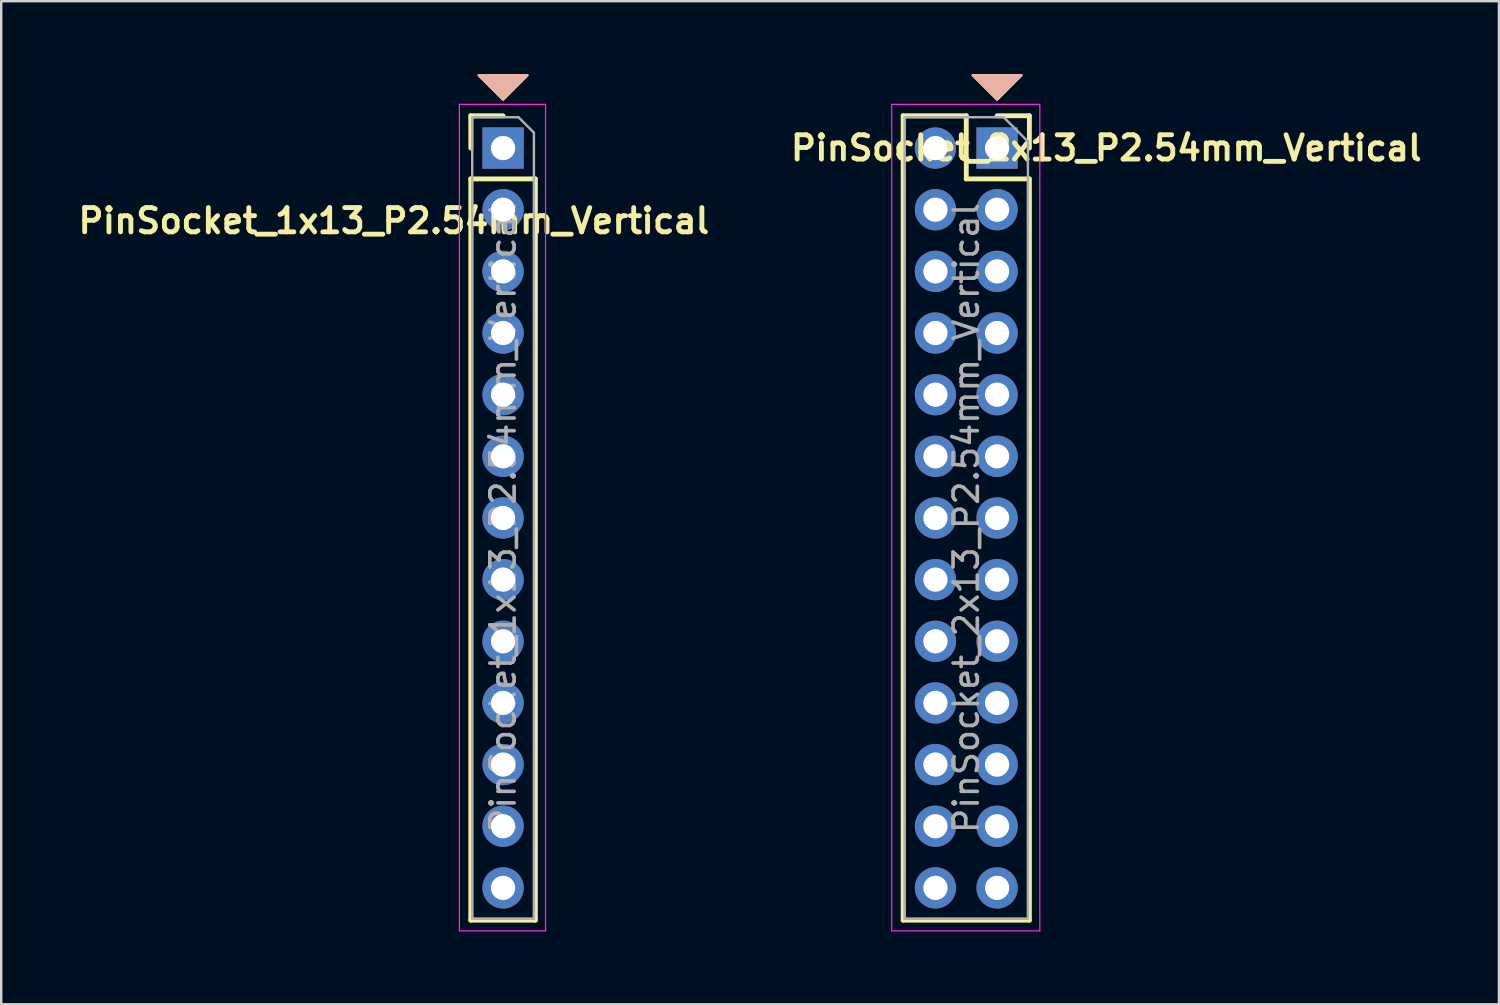
<source format=kicad_pcb>
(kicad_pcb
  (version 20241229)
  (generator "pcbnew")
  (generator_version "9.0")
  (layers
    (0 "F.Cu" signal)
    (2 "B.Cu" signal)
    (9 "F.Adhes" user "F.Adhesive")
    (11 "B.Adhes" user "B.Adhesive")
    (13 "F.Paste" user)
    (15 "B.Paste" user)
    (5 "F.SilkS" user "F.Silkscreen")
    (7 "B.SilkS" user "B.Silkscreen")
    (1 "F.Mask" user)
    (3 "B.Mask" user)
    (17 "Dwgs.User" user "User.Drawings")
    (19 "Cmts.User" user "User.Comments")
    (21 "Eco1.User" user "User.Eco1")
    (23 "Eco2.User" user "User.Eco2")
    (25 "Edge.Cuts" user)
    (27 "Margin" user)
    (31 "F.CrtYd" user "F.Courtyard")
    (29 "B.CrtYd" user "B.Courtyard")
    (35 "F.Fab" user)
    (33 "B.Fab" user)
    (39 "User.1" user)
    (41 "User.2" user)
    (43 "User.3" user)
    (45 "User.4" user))
  (footprint "PinSocket_1x13_P2.54mm_Vertical"
    (layer "F.Cu")
    (at 17.676 3.05)
    (property "Reference" "PinSocket_1x13_P2.54mm_Vertical" (at -4.5 3 0) (layer "F.SilkS") (effects (font (size 1 1) (thickness 0.2))))
    (attr through_hole)
    (fp_line (start -1.33 -1.33) (end 0 -1.33) (stroke (width 0.2) (type solid)) (layer "F.SilkS"))
    (fp_line (start -1.33 0) (end -1.33 -1.33) (stroke (width 0.2) (type solid)) (layer "F.SilkS"))
    (fp_line (start -1.33 1.27) (end -1.33 31.81) (stroke (width 0.2) (type solid)) (layer "F.SilkS"))
    (fp_line (start -1.33 1.27) (end 1.33 1.27) (stroke (width 0.2) (type solid)) (layer "F.SilkS"))
    (fp_line (start -1.33 31.81) (end 1.33 31.81) (stroke (width 0.2) (type solid)) (layer "F.SilkS"))
    (fp_line (start 1.33 1.27) (end 1.33 31.81) (stroke (width 0.2) (type solid)) (layer "F.SilkS"))
    (fp_poly (pts (xy 0 -2) (xy -1 -3) (xy 1 -3)) (stroke (width 0.1) (type solid)) (fill yes) (layer "F.SilkS"))
    (fp_poly (pts (xy 0 -2) (xy -1 -3) (xy 1 -3)) (stroke (width 0.1) (type solid)) (fill yes) (layer "B.SilkS"))
    (fp_line (start -1.8 -1.8) (end 1.75 -1.8) (stroke (width 0.05) (type solid)) (layer "F.CrtYd"))
    (fp_line (start -1.8 32.25) (end -1.8 -1.8) (stroke (width 0.05) (type solid)) (layer "F.CrtYd"))
    (fp_line (start 1.75 -1.8) (end 1.75 32.25) (stroke (width 0.05) (type solid)) (layer "F.CrtYd"))
    (fp_line (start 1.75 32.25) (end -1.8 32.25) (stroke (width 0.05) (type solid)) (layer "F.CrtYd"))
    (fp_line (start -1.27 -1.27) (end 0.635 -1.27) (stroke (width 0.1) (type solid)) (layer "F.Fab"))
    (fp_line (start -1.27 31.75) (end -1.27 -1.27) (stroke (width 0.1) (type solid)) (layer "F.Fab"))
    (fp_line (start 0.635 -1.27) (end 1.27 -0.635) (stroke (width 0.1) (type solid)) (layer "F.Fab"))
    (fp_line (start 1.27 -0.635) (end 1.27 31.75) (stroke (width 0.1) (type solid)) (layer "F.Fab"))
    (fp_line (start 1.27 31.75) (end -1.27 31.75) (stroke (width 0.1) (type solid)) (layer "F.Fab"))
    (fp_text user "${REFERENCE}" (at 0 15.24 90) (layer "F.Fab") (effects (font (size 1 1) (thickness 0.15))))
    (pad "1" thru_hole rect (at 0 0) (size 1.7 1.7) (drill 1) (layers "*.Cu" "*.Mask"))
    (pad "2" thru_hole oval (at 0 2.54) (size 1.7 1.7) (drill 1) (layers "*.Cu" "*.Mask"))
    (pad "3" thru_hole oval (at 0 5.08) (size 1.7 1.7) (drill 1) (layers "*.Cu" "*.Mask"))
    (pad "4" thru_hole oval (at 0 7.62) (size 1.7 1.7) (drill 1) (layers "*.Cu" "*.Mask"))
    (pad "5" thru_hole oval (at 0 10.16) (size 1.7 1.7) (drill 1) (layers "*.Cu" "*.Mask"))
    (pad "6" thru_hole oval (at 0 12.7) (size 1.7 1.7) (drill 1) (layers "*.Cu" "*.Mask"))
    (pad "7" thru_hole oval (at 0 15.24) (size 1.7 1.7) (drill 1) (layers "*.Cu" "*.Mask"))
    (pad "8" thru_hole oval (at 0 17.78) (size 1.7 1.7) (drill 1) (layers "*.Cu" "*.Mask"))
    (pad "9" thru_hole oval (at 0 20.32) (size 1.7 1.7) (drill 1) (layers "*.Cu" "*.Mask"))
    (pad "10" thru_hole oval (at 0 22.86) (size 1.7 1.7) (drill 1) (layers "*.Cu" "*.Mask"))
    (pad "11" thru_hole oval (at 0 25.4) (size 1.7 1.7) (drill 1) (layers "*.Cu" "*.Mask"))
    (pad "12" thru_hole oval (at 0 27.94) (size 1.7 1.7) (drill 1) (layers "*.Cu" "*.Mask"))
    (pad "13" thru_hole oval (at 0 30.48) (size 1.7 1.7) (drill 1) (layers "*.Cu" "*.Mask")))
  (footprint "PinSocket_2x13_P2.54mm_Vertical"
    (layer "F.Cu")
    (at 38.029 3.05)
    (property "Reference" "PinSocket_2x13_P2.54mm_Vertical" (at 4.5 0 0) (layer "F.SilkS") (effects (font (size 1 1) (thickness 0.2))))
    (attr through_hole)
    (fp_line (start -3.87 -1.33) (end -3.87 31.81) (stroke (width 0.2) (type solid)) (layer "F.SilkS"))
    (fp_line (start -3.87 -1.33) (end -1.27 -1.33) (stroke (width 0.2) (type solid)) (layer "F.SilkS"))
    (fp_line (start -3.87 31.81) (end 1.33 31.81) (stroke (width 0.2) (type solid)) (layer "F.SilkS"))
    (fp_line (start -1.27 -1.33) (end -1.27 1.27) (stroke (width 0.2) (type solid)) (layer "F.SilkS"))
    (fp_line (start -1.27 1.27) (end 1.33 1.27) (stroke (width 0.2) (type solid)) (layer "F.SilkS"))
    (fp_line (start 0 -1.33) (end 1.33 -1.33) (stroke (width 0.2) (type solid)) (layer "F.SilkS"))
    (fp_line (start 1.33 -1.33) (end 1.33 0) (stroke (width 0.2) (type solid)) (layer "F.SilkS"))
    (fp_line (start 1.33 1.27) (end 1.33 31.81) (stroke (width 0.2) (type solid)) (layer "F.SilkS"))
    (fp_poly (pts (xy 1 -3) (xy 0 -2) (xy -1 -3)) (stroke (width 0.1) (type solid)) (fill yes) (layer "F.SilkS"))
    (fp_poly (pts (xy 1 -3) (xy 0 -2) (xy -1 -3)) (stroke (width 0.1) (type solid)) (fill yes) (layer "B.SilkS"))
    (fp_line (start -4.34 -1.8) (end 1.76 -1.8) (stroke (width 0.05) (type solid)) (layer "F.CrtYd"))
    (fp_line (start -4.34 32.25) (end -4.34 -1.8) (stroke (width 0.05) (type solid)) (layer "F.CrtYd"))
    (fp_line (start 1.76 -1.8) (end 1.76 32.25) (stroke (width 0.05) (type solid)) (layer "F.CrtYd"))
    (fp_line (start 1.76 32.25) (end -4.34 32.25) (stroke (width 0.05) (type solid)) (layer "F.CrtYd"))
    (fp_line (start -3.81 -1.27) (end 0.27 -1.27) (stroke (width 0.1) (type solid)) (layer "F.Fab"))
    (fp_line (start -3.81 31.75) (end -3.81 -1.27) (stroke (width 0.1) (type solid)) (layer "F.Fab"))
    (fp_line (start 0.27 -1.27) (end 1.27 -0.27) (stroke (width 0.1) (type solid)) (layer "F.Fab"))
    (fp_line (start 1.27 -0.27) (end 1.27 31.75) (stroke (width 0.1) (type solid)) (layer "F.Fab"))
    (fp_line (start 1.27 31.75) (end -3.81 31.75) (stroke (width 0.1) (type solid)) (layer "F.Fab"))
    (fp_text user "${REFERENCE}" (at -1.27 15.24 90) (layer "F.Fab") (effects (font (size 1 1) (thickness 0.15))))
    (pad "1" thru_hole rect (at 0 0) (size 1.7 1.7) (drill 1) (layers "*.Cu" "*.Mask"))
    (pad "2" thru_hole oval (at -2.54 0) (size 1.7 1.7) (drill 1) (layers "*.Cu" "*.Mask"))
    (pad "3" thru_hole oval (at 0 2.54) (size 1.7 1.7) (drill 1) (layers "*.Cu" "*.Mask"))
    (pad "4" thru_hole oval (at -2.54 2.54) (size 1.7 1.7) (drill 1) (layers "*.Cu" "*.Mask"))
    (pad "5" thru_hole oval (at 0 5.08) (size 1.7 1.7) (drill 1) (layers "*.Cu" "*.Mask"))
    (pad "6" thru_hole oval (at -2.54 5.08) (size 1.7 1.7) (drill 1) (layers "*.Cu" "*.Mask"))
    (pad "7" thru_hole oval (at 0 7.62) (size 1.7 1.7) (drill 1) (layers "*.Cu" "*.Mask"))
    (pad "8" thru_hole oval (at -2.54 7.62) (size 1.7 1.7) (drill 1) (layers "*.Cu" "*.Mask"))
    (pad "9" thru_hole oval (at 0 10.16) (size 1.7 1.7) (drill 1) (layers "*.Cu" "*.Mask"))
    (pad "10" thru_hole oval (at -2.54 10.16) (size 1.7 1.7) (drill 1) (layers "*.Cu" "*.Mask"))
    (pad "11" thru_hole oval (at 0 12.7) (size 1.7 1.7) (drill 1) (layers "*.Cu" "*.Mask"))
    (pad "12" thru_hole oval (at -2.54 12.7) (size 1.7 1.7) (drill 1) (layers "*.Cu" "*.Mask"))
    (pad "13" thru_hole oval (at 0 15.24) (size 1.7 1.7) (drill 1) (layers "*.Cu" "*.Mask"))
    (pad "14" thru_hole oval (at -2.54 15.24) (size 1.7 1.7) (drill 1) (layers "*.Cu" "*.Mask"))
    (pad "15" thru_hole oval (at 0 17.78) (size 1.7 1.7) (drill 1) (layers "*.Cu" "*.Mask"))
    (pad "16" thru_hole oval (at -2.54 17.78) (size 1.7 1.7) (drill 1) (layers "*.Cu" "*.Mask"))
    (pad "17" thru_hole oval (at 0 20.32) (size 1.7 1.7) (drill 1) (layers "*.Cu" "*.Mask"))
    (pad "18" thru_hole oval (at -2.54 20.32) (size 1.7 1.7) (drill 1) (layers "*.Cu" "*.Mask"))
    (pad "19" thru_hole oval (at 0 22.86) (size 1.7 1.7) (drill 1) (layers "*.Cu" "*.Mask"))
    (pad "20" thru_hole oval (at -2.54 22.86) (size 1.7 1.7) (drill 1) (layers "*.Cu" "*.Mask"))
    (pad "21" thru_hole oval (at 0 25.4) (size 1.7 1.7) (drill 1) (layers "*.Cu" "*.Mask"))
    (pad "22" thru_hole oval (at -2.54 25.4) (size 1.7 1.7) (drill 1) (layers "*.Cu" "*.Mask"))
    (pad "23" thru_hole oval (at 0 27.94) (size 1.7 1.7) (drill 1) (layers "*.Cu" "*.Mask"))
    (pad "24" thru_hole oval (at -2.54 27.94) (size 1.7 1.7) (drill 1) (layers "*.Cu" "*.Mask"))
    (pad "25" thru_hole oval (at 0 30.48) (size 1.7 1.7) (drill 1) (layers "*.Cu" "*.Mask"))
    (pad "26" thru_hole oval (at -2.54 30.48) (size 1.7 1.7) (drill 1) (layers "*.Cu" "*.Mask")))
  (gr_rect
    (start -3 -3)
    (end 58.705 38.325)
    (stroke (width 0.1) (type default))
    (fill no)
    (layer "Edge.Cuts")))
</source>
